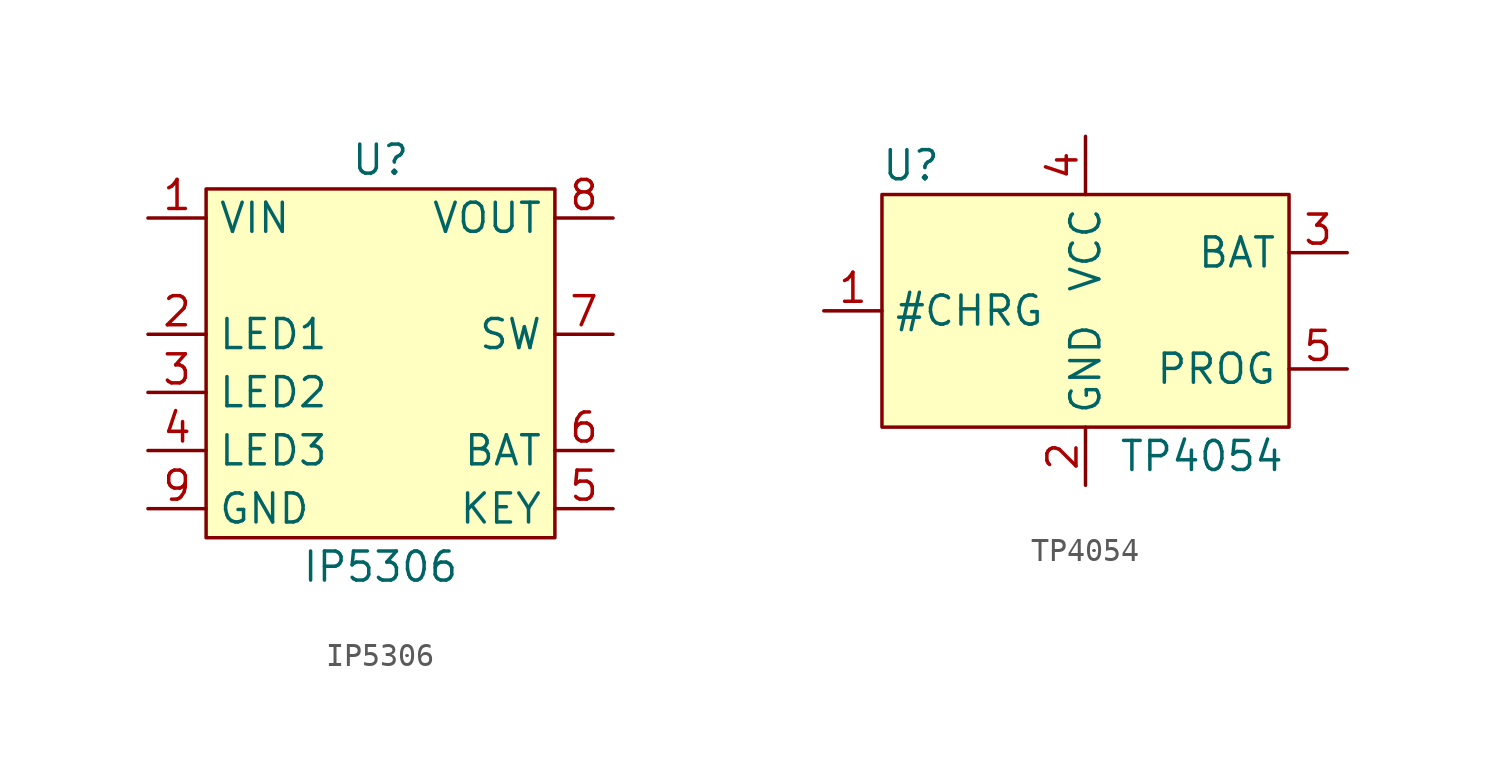
<source format=kicad_sym>
(kicad_symbol_lib
  (version 20211014)
  (generator kicad_symbol_editor)
  (symbol "IP5306"
    (property "Reference" "U"
      (at 0 7.62 0)
      (effects (font (size 1.27 1.27))))
    (property "Value" "IP5306"
      (at 0 -10.16 0)
      (effects (font (size 1.27 1.27))))
    (symbol "IP5306_0_1"
      (rectangle (start -7.62 6.35) (end 7.62 -8.89) (stroke (width 0) (type default) (color 0 0 0 0)) (fill (type background))))
    (symbol "IP5306_1_1"
      (pin power_in line (at -10.16 5.08 0) (length 2.54) (name "VIN" (effects (font (size 1.27 1.27)))) (number "1" (effects (font (size 1.27 1.27)))))
      (pin bidirectional line (at -10.16 0 0) (length 2.54) (name "LED1" (effects (font (size 1.27 1.27)))) (number "2" (effects (font (size 1.27 1.27)))))
      (pin bidirectional line (at -10.16 -2.54 0) (length 2.54) (name "LED2" (effects (font (size 1.27 1.27)))) (number "3" (effects (font (size 1.27 1.27)))))
      (pin bidirectional line (at -10.16 -5.08 0) (length 2.54) (name "LED3" (effects (font (size 1.27 1.27)))) (number "4" (effects (font (size 1.27 1.27)))))
      (pin input line (at 10.16 -7.62 180) (length 2.54) (name "KEY" (effects (font (size 1.27 1.27)))) (number "5" (effects (font (size 1.27 1.27)))))
      (pin passive line (at 10.16 -5.08 180) (length 2.54) (name "BAT" (effects (font (size 1.27 1.27)))) (number "6" (effects (font (size 1.27 1.27)))))
      (pin passive line (at 10.16 0 180) (length 2.54) (name "SW" (effects (font (size 1.27 1.27)))) (number "7" (effects (font (size 1.27 1.27)))))
      (pin power_out line (at 10.16 5.08 180) (length 2.54) (name "VOUT" (effects (font (size 1.27 1.27)))) (number "8" (effects (font (size 1.27 1.27)))))
      (pin power_in line (at -10.16 -7.62 0) (length 2.54) (name "GND" (effects (font (size 1.27 1.27)))) (number "9" (effects (font (size 1.27 1.27)))))))
  (symbol "TP4054"
    (property "Reference" "U"
      (at -7.62 6.35 0)
      (effects (font (size 1.27 1.27))))
    (property "Value" "TP4054"
      (at 5.08 -6.35 0)
      (effects (font (size 1.27 1.27))))
    (symbol "TP4054_0_1"
      (rectangle (start -8.89 5.08) (end 8.89 -5.08) (stroke (width 0) (type default) (color 0 0 0 0)) (fill (type background))))
    (symbol "TP4054_1_1"
      (pin output line (at -11.43 0 0) (length 2.54) (name "#CHRG" (effects (font (size 1.27 1.27)))) (number "1" (effects (font (size 1.27 1.27)))))
      (pin power_in line (at 0 -7.62 90) (length 2.54) (name "GND" (effects (font (size 1.27 1.27)))) (number "2" (effects (font (size 1.27 1.27)))))
      (pin power_out line (at 11.43 2.54 180) (length 2.54) (name "BAT" (effects (font (size 1.27 1.27)))) (number "3" (effects (font (size 1.27 1.27)))))
      (pin power_in line (at 0 7.62 270) (length 2.54) (name "VCC" (effects (font (size 1.27 1.27)))) (number "4" (effects (font (size 1.27 1.27)))))
      (pin passive line (at 11.43 -2.54 180) (length 2.54) (name "PROG" (effects (font (size 1.27 1.27)))) (number "5" (effects (font (size 1.27 1.27))))))))
</source>
